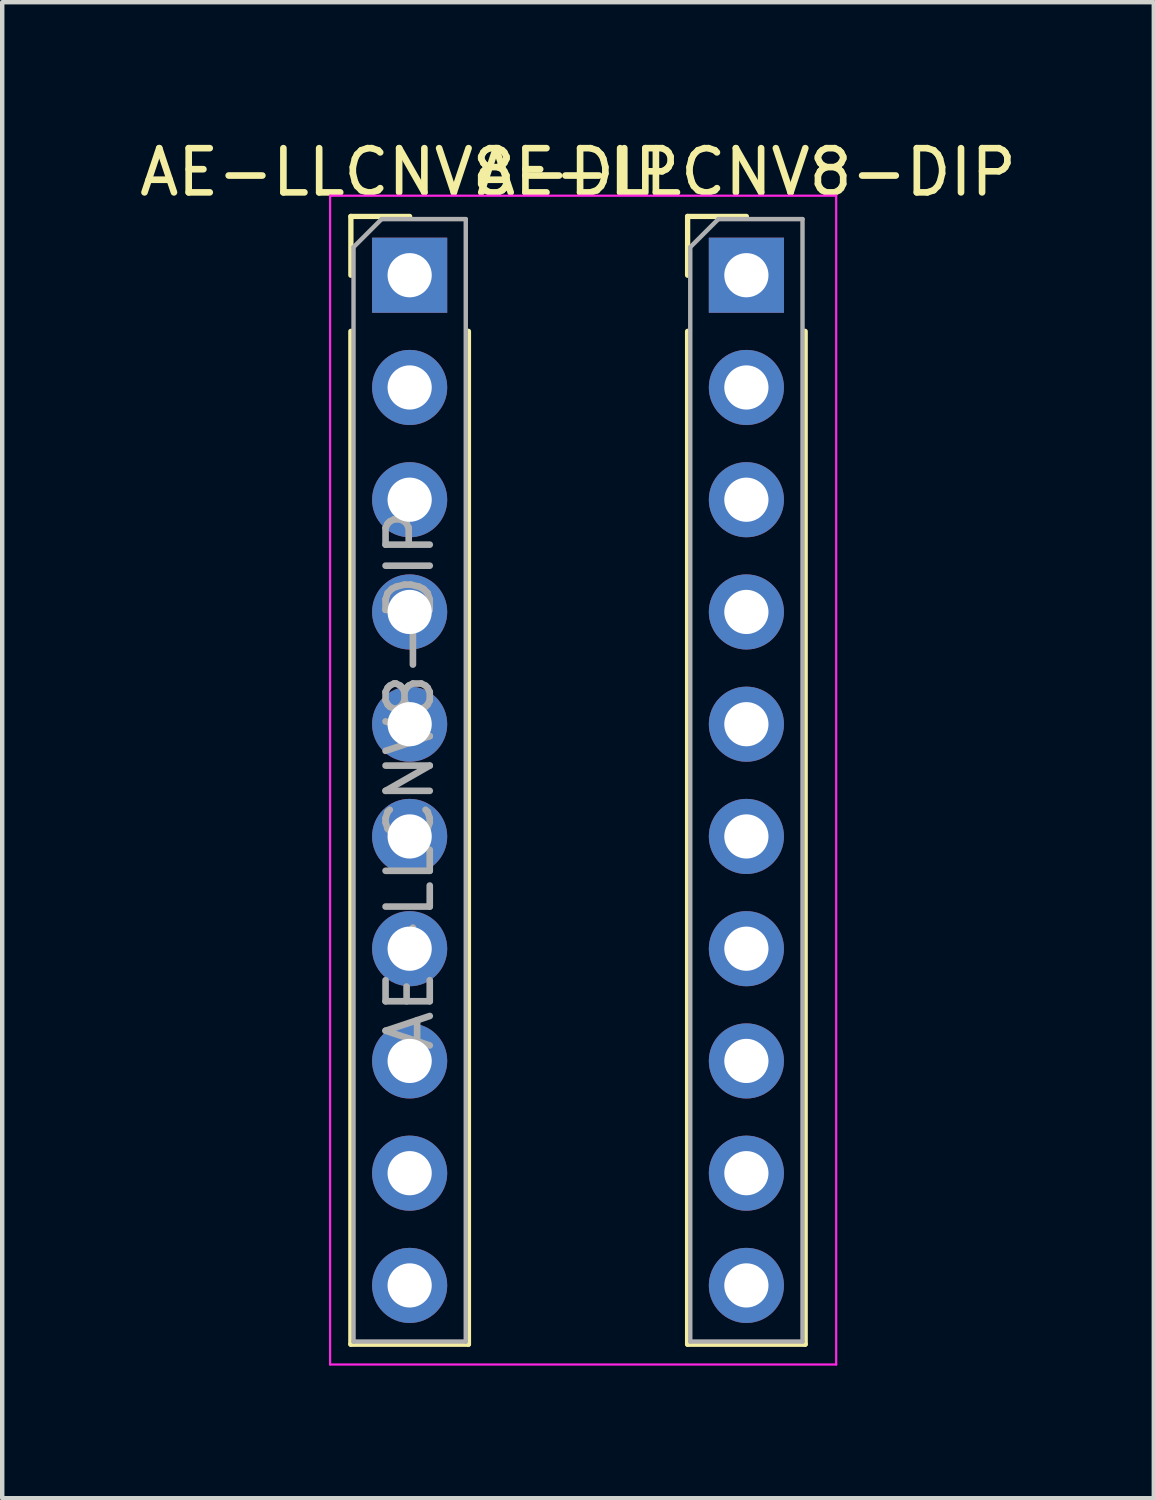
<source format=kicad_pcb>
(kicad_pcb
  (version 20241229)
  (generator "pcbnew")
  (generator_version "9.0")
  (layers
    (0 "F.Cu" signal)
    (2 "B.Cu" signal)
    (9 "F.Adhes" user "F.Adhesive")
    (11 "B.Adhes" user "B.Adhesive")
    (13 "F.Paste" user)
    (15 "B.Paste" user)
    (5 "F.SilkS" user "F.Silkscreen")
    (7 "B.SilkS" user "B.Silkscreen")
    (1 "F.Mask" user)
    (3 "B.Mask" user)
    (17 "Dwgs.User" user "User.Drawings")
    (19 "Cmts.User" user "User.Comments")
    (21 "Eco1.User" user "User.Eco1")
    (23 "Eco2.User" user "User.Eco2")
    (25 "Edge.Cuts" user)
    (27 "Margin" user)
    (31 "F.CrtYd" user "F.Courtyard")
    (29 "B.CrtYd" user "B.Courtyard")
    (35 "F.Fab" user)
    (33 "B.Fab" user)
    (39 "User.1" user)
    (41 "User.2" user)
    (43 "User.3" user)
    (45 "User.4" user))
  (footprint "AE-LLCNV8-DIP"
    (layer "F.Cu")
    (at 6.22 3.178)
    (property "Reference" "AE-LLCNV8-DIP" (at 0 -2.33 0) (layer "F.SilkS") (effects (font (size 1 1) (thickness 0.15))))
    (attr through_hole)
    (fp_line (start -1.33 -1.33) (end 0 -1.33) (stroke (width 0.12) (type solid)) (layer "F.SilkS"))
    (fp_line (start -1.33 0) (end -1.33 -1.33) (stroke (width 0.12) (type solid)) (layer "F.SilkS"))
    (fp_line (start -1.33 1.27) (end -1.33 24.19) (stroke (width 0.12) (type solid)) (layer "F.SilkS"))
    (fp_line (start -1.33 24.19) (end 1.33 24.19) (stroke (width 0.12) (type solid)) (layer "F.SilkS"))
    (fp_line (start 1.33 1.27) (end 1.33 24.19) (stroke (width 0.12) (type solid)) (layer "F.SilkS"))
    (fp_line (start 6.29 -1.33) (end 7.62 -1.33) (stroke (width 0.12) (type solid)) (layer "F.SilkS"))
    (fp_line (start 6.29 0) (end 6.29 -1.33) (stroke (width 0.12) (type solid)) (layer "F.SilkS"))
    (fp_line (start 6.29 1.27) (end 6.29 24.19) (stroke (width 0.12) (type solid)) (layer "F.SilkS"))
    (fp_line (start 6.29 24.19) (end 8.95 24.19) (stroke (width 0.12) (type solid)) (layer "F.SilkS"))
    (fp_line (start 8.95 1.27) (end 8.95 24.19) (stroke (width 0.12) (type solid)) (layer "F.SilkS"))
    (fp_line (start -1.8 -1.8) (end -1.8 24.65) (stroke (width 0.05) (type solid)) (layer "F.CrtYd"))
    (fp_line (start -1.8 24.65) (end 9.652 24.65) (stroke (width 0.05) (type solid)) (layer "F.CrtYd"))
    (fp_line (start 9.652 -1.8) (end -1.8 -1.8) (stroke (width 0.05) (type solid)) (layer "F.CrtYd"))
    (fp_line (start 9.652 24.65) (end 9.652 -1.8) (stroke (width 0.05) (type solid)) (layer "F.CrtYd"))
    (fp_line (start -1.27 -0.635) (end -0.635 -1.27) (stroke (width 0.1) (type solid)) (layer "F.Fab"))
    (fp_line (start -1.27 24.13) (end -1.27 -0.635) (stroke (width 0.1) (type solid)) (layer "F.Fab"))
    (fp_line (start -0.635 -1.27) (end 1.27 -1.27) (stroke (width 0.1) (type solid)) (layer "F.Fab"))
    (fp_line (start 1.27 -1.27) (end 1.27 24.13) (stroke (width 0.1) (type solid)) (layer "F.Fab"))
    (fp_line (start 1.27 24.13) (end -1.27 24.13) (stroke (width 0.1) (type solid)) (layer "F.Fab"))
    (fp_line (start 6.35 -0.635) (end 6.985 -1.27) (stroke (width 0.1) (type solid)) (layer "F.Fab"))
    (fp_line (start 6.35 24.13) (end 6.35 -0.635) (stroke (width 0.1) (type solid)) (layer "F.Fab"))
    (fp_line (start 6.985 -1.27) (end 8.89 -1.27) (stroke (width 0.1) (type solid)) (layer "F.Fab"))
    (fp_line (start 8.89 -1.27) (end 8.89 24.13) (stroke (width 0.1) (type solid)) (layer "F.Fab"))
    (fp_line (start 8.89 24.13) (end 6.35 24.13) (stroke (width 0.1) (type solid)) (layer "F.Fab"))
    (fp_text user "${REFERENCE}" (at 7.62 -2.33 0) (layer "F.SilkS") (effects (font (size 1 1) (thickness 0.15))))
    (fp_text user "${REFERENCE}" (at 0 11.43 90) (layer "F.Fab") (effects (font (size 1 1) (thickness 0.15))))
    (pad "1" thru_hole rect (at 0 0) (size 1.7 1.7) (drill 1) (layers "*.Cu" "*.Mask"))
    (pad "2" thru_hole oval (at 0 2.54) (size 1.7 1.7) (drill 1) (layers "*.Cu" "*.Mask"))
    (pad "3" thru_hole oval (at 0 5.08) (size 1.7 1.7) (drill 1) (layers "*.Cu" "*.Mask"))
    (pad "4" thru_hole oval (at 0 7.62) (size 1.7 1.7) (drill 1) (layers "*.Cu" "*.Mask"))
    (pad "5" thru_hole oval (at 0 10.16) (size 1.7 1.7) (drill 1) (layers "*.Cu" "*.Mask"))
    (pad "6" thru_hole oval (at 0 12.7) (size 1.7 1.7) (drill 1) (layers "*.Cu" "*.Mask"))
    (pad "7" thru_hole oval (at 0 15.24) (size 1.7 1.7) (drill 1) (layers "*.Cu" "*.Mask"))
    (pad "8" thru_hole oval (at 0 17.78) (size 1.7 1.7) (drill 1) (layers "*.Cu" "*.Mask"))
    (pad "9" thru_hole oval (at 0 20.32) (size 1.7 1.7) (drill 1) (layers "*.Cu" "*.Mask"))
    (pad "10" thru_hole oval (at 0 22.86) (size 1.7 1.7) (drill 1) (layers "*.Cu" "*.Mask"))
    (pad "11" thru_hole oval (at 7.62 22.86) (size 1.7 1.7) (drill 1) (layers "*.Cu" "*.Mask"))
    (pad "12" thru_hole oval (at 7.62 20.32) (size 1.7 1.7) (drill 1) (layers "*.Cu" "*.Mask"))
    (pad "13" thru_hole oval (at 7.62 17.78) (size 1.7 1.7) (drill 1) (layers "*.Cu" "*.Mask"))
    (pad "14" thru_hole oval (at 7.62 15.24) (size 1.7 1.7) (drill 1) (layers "*.Cu" "*.Mask"))
    (pad "15" thru_hole oval (at 7.62 12.7) (size 1.7 1.7) (drill 1) (layers "*.Cu" "*.Mask"))
    (pad "16" thru_hole oval (at 7.62 10.16) (size 1.7 1.7) (drill 1) (layers "*.Cu" "*.Mask"))
    (pad "17" thru_hole oval (at 7.62 7.62) (size 1.7 1.7) (drill 1) (layers "*.Cu" "*.Mask"))
    (pad "18" thru_hole oval (at 7.62 5.08) (size 1.7 1.7) (drill 1) (layers "*.Cu" "*.Mask"))
    (pad "19" thru_hole oval (at 7.62 2.54) (size 1.7 1.7) (drill 1) (layers "*.Cu" "*.Mask"))
    (pad "20" thru_hole rect (at 7.62 0) (size 1.7 1.7) (drill 1) (layers "*.Cu" "*.Mask")))
  (gr_rect
    (start -3 -3)
    (end 23.06 30.853)
    (stroke (width 0.1) (type default))
    (fill no)
    (layer "Edge.Cuts")))
</source>
